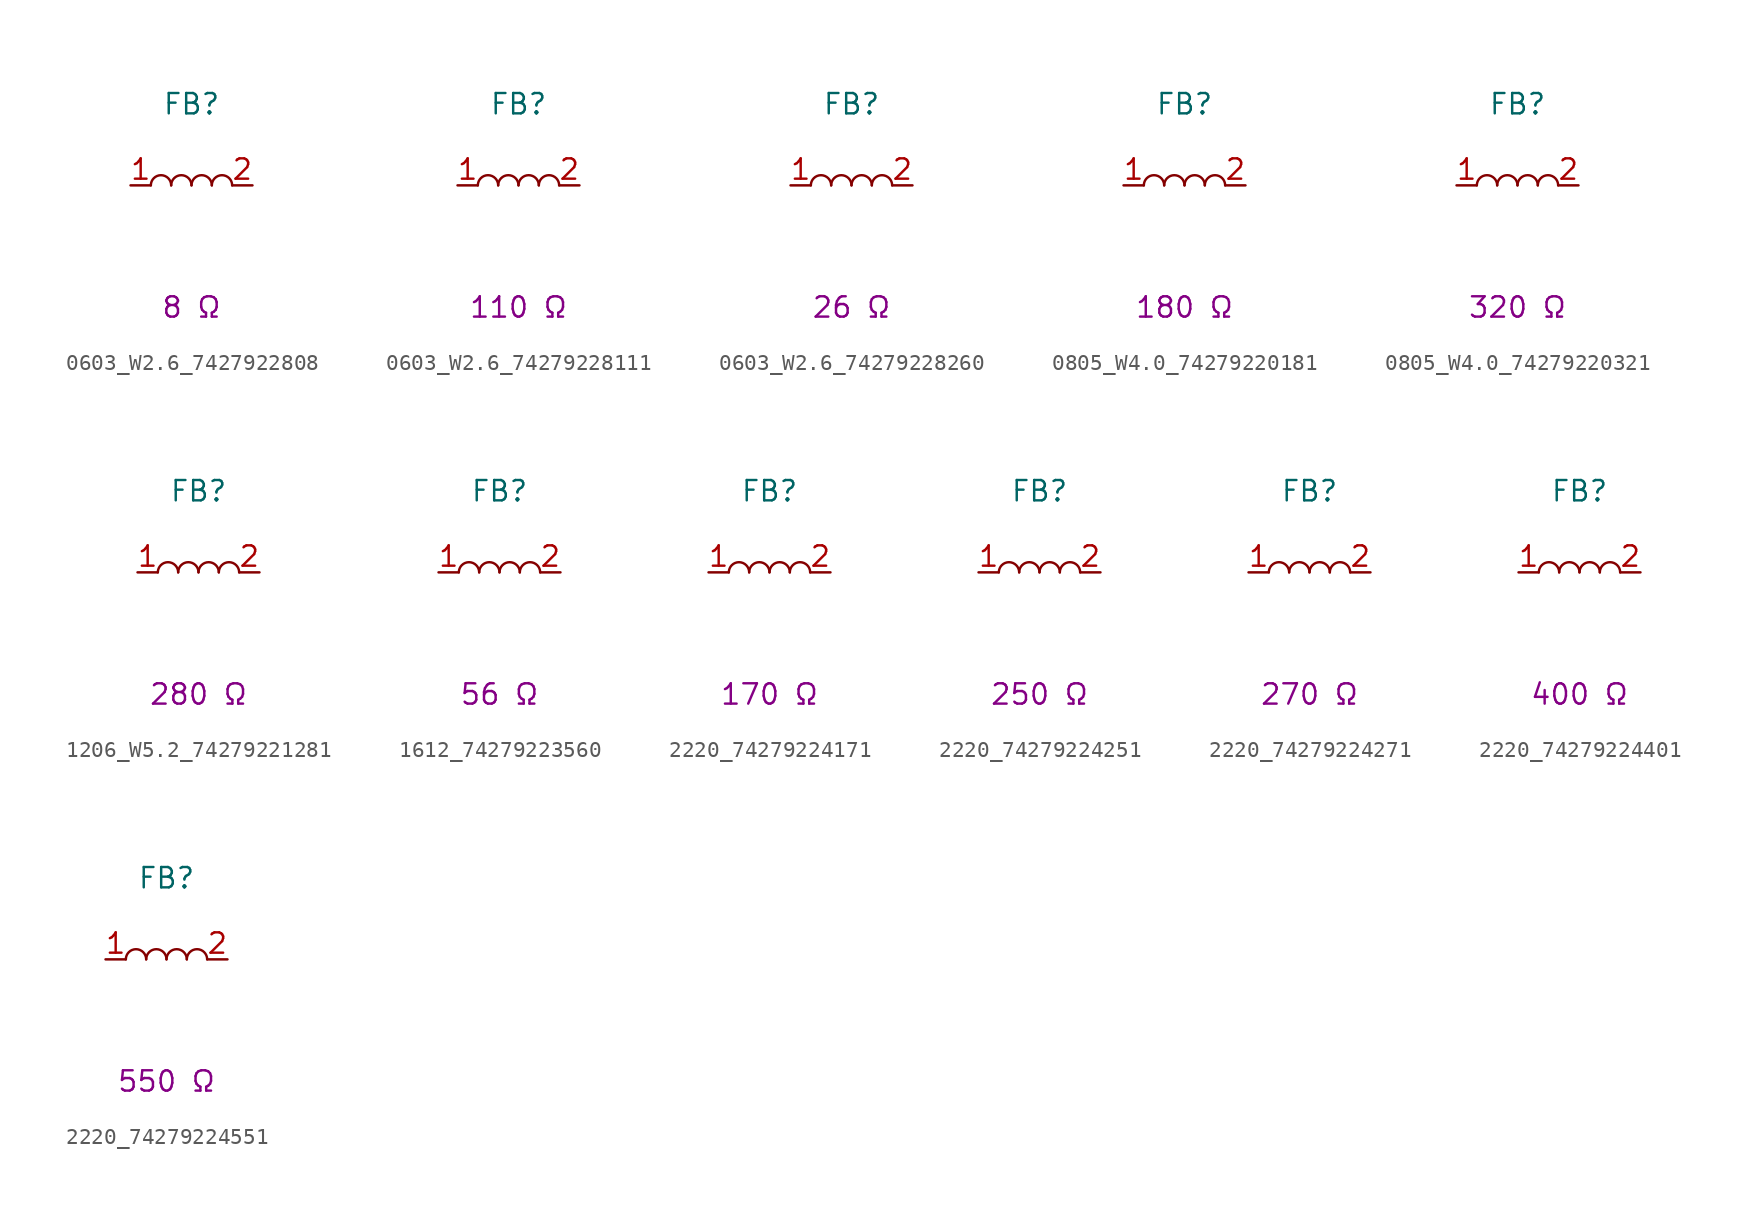
<source format=kicad_sym>
(kicad_symbol_lib
  (version 20220914)
  (generator kicad_symbol_editor)
  (symbol "0603_W2.6_7427922808"
    (pin_names hide)
    (property "Reference" "FB"
      (at 0 5.08 0)
      (effects (font (size 1.27 1.27))))
    (property "Critical Parameter" "8 Ω"
      (at 0 -7.62 0)
      (effects (font (size 1.27 1.27))))
    (symbol "0603_W2.6_7427922808_0_1"
      (arc (start -1.27 0) (mid -1.905 0.6323) (end -2.54 0) (stroke (width 0) (type default)) (fill (type none)))
      (arc (start 0 0) (mid -0.635 0.6323) (end -1.27 0) (stroke (width 0) (type default)) (fill (type none)))
      (arc (start 1.27 0) (mid 0.635 0.6323) (end 0 0) (stroke (width 0) (type default)) (fill (type none)))
      (arc (start 2.54 0) (mid 1.905 0.6323) (end 1.27 0) (stroke (width 0) (type default)) (fill (type none))))
    (symbol "0603_W2.6_7427922808_1_1"
      (pin passive line (at -3.81 0 0) (length 1.27) (name "1" (effects (font (size 1.27 1.27)))) (number "1" (effects (font (size 1.27 1.27)))))
      (pin passive line (at 3.81 0 180) (length 1.27) (name "2" (effects (font (size 1.27 1.27)))) (number "2" (effects (font (size 1.27 1.27)))))))
  (symbol "0603_W2.6_74279228111"
    (pin_names hide)
    (property "Reference" "FB"
      (at 0 5.08 0)
      (effects (font (size 1.27 1.27))))
    (property "Critical Parameter" "110 Ω"
      (at 0 -7.62 0)
      (effects (font (size 1.27 1.27))))
    (symbol "0603_W2.6_74279228111_0_1"
      (arc (start -1.27 0) (mid -1.905 0.6323) (end -2.54 0) (stroke (width 0) (type default)) (fill (type none)))
      (arc (start 0 0) (mid -0.635 0.6323) (end -1.27 0) (stroke (width 0) (type default)) (fill (type none)))
      (arc (start 1.27 0) (mid 0.635 0.6323) (end 0 0) (stroke (width 0) (type default)) (fill (type none)))
      (arc (start 2.54 0) (mid 1.905 0.6323) (end 1.27 0) (stroke (width 0) (type default)) (fill (type none))))
    (symbol "0603_W2.6_74279228111_1_1"
      (pin passive line (at -3.81 0 0) (length 1.27) (name "1" (effects (font (size 1.27 1.27)))) (number "1" (effects (font (size 1.27 1.27)))))
      (pin passive line (at 3.81 0 180) (length 1.27) (name "2" (effects (font (size 1.27 1.27)))) (number "2" (effects (font (size 1.27 1.27)))))))
  (symbol "0603_W2.6_74279228260"
    (pin_names hide)
    (property "Reference" "FB"
      (at 0 5.08 0)
      (effects (font (size 1.27 1.27))))
    (property "Critical Parameter" "26 Ω"
      (at 0 -7.62 0)
      (effects (font (size 1.27 1.27))))
    (symbol "0603_W2.6_74279228260_0_1"
      (arc (start -1.27 0) (mid -1.905 0.6323) (end -2.54 0) (stroke (width 0) (type default)) (fill (type none)))
      (arc (start 0 0) (mid -0.635 0.6323) (end -1.27 0) (stroke (width 0) (type default)) (fill (type none)))
      (arc (start 1.27 0) (mid 0.635 0.6323) (end 0 0) (stroke (width 0) (type default)) (fill (type none)))
      (arc (start 2.54 0) (mid 1.905 0.6323) (end 1.27 0) (stroke (width 0) (type default)) (fill (type none))))
    (symbol "0603_W2.6_74279228260_1_1"
      (pin passive line (at -3.81 0 0) (length 1.27) (name "1" (effects (font (size 1.27 1.27)))) (number "1" (effects (font (size 1.27 1.27)))))
      (pin passive line (at 3.81 0 180) (length 1.27) (name "2" (effects (font (size 1.27 1.27)))) (number "2" (effects (font (size 1.27 1.27)))))))
  (symbol "0805_W4.0_74279220181"
    (pin_names hide)
    (property "Reference" "FB"
      (at 0 5.08 0)
      (effects (font (size 1.27 1.27))))
    (property "Critical Parameter" "180 Ω"
      (at 0 -7.62 0)
      (effects (font (size 1.27 1.27))))
    (symbol "0805_W4.0_74279220181_0_1"
      (arc (start -1.27 0) (mid -1.905 0.6323) (end -2.54 0) (stroke (width 0) (type default)) (fill (type none)))
      (arc (start 0 0) (mid -0.635 0.6323) (end -1.27 0) (stroke (width 0) (type default)) (fill (type none)))
      (arc (start 1.27 0) (mid 0.635 0.6323) (end 0 0) (stroke (width 0) (type default)) (fill (type none)))
      (arc (start 2.54 0) (mid 1.905 0.6323) (end 1.27 0) (stroke (width 0) (type default)) (fill (type none))))
    (symbol "0805_W4.0_74279220181_1_1"
      (pin passive line (at -3.81 0 0) (length 1.27) (name "1" (effects (font (size 1.27 1.27)))) (number "1" (effects (font (size 1.27 1.27)))))
      (pin passive line (at 3.81 0 180) (length 1.27) (name "2" (effects (font (size 1.27 1.27)))) (number "2" (effects (font (size 1.27 1.27)))))))
  (symbol "0805_W4.0_74279220321"
    (pin_names hide)
    (property "Reference" "FB"
      (at 0 5.08 0)
      (effects (font (size 1.27 1.27))))
    (property "Critical Parameter" "320 Ω"
      (at 0 -7.62 0)
      (effects (font (size 1.27 1.27))))
    (symbol "0805_W4.0_74279220321_0_1"
      (arc (start -1.27 0) (mid -1.905 0.6323) (end -2.54 0) (stroke (width 0) (type default)) (fill (type none)))
      (arc (start 0 0) (mid -0.635 0.6323) (end -1.27 0) (stroke (width 0) (type default)) (fill (type none)))
      (arc (start 1.27 0) (mid 0.635 0.6323) (end 0 0) (stroke (width 0) (type default)) (fill (type none)))
      (arc (start 2.54 0) (mid 1.905 0.6323) (end 1.27 0) (stroke (width 0) (type default)) (fill (type none))))
    (symbol "0805_W4.0_74279220321_1_1"
      (pin passive line (at -3.81 0 0) (length 1.27) (name "1" (effects (font (size 1.27 1.27)))) (number "1" (effects (font (size 1.27 1.27)))))
      (pin passive line (at 3.81 0 180) (length 1.27) (name "2" (effects (font (size 1.27 1.27)))) (number "2" (effects (font (size 1.27 1.27)))))))
  (symbol "1206_W5.2_74279221281"
    (pin_names hide)
    (property "Reference" "FB"
      (at 0 5.08 0)
      (effects (font (size 1.27 1.27))))
    (property "Critical Parameter" "280 Ω"
      (at 0 -7.62 0)
      (effects (font (size 1.27 1.27))))
    (symbol "1206_W5.2_74279221281_0_1"
      (arc (start -1.27 0) (mid -1.905 0.6323) (end -2.54 0) (stroke (width 0) (type default)) (fill (type none)))
      (arc (start 0 0) (mid -0.635 0.6323) (end -1.27 0) (stroke (width 0) (type default)) (fill (type none)))
      (arc (start 1.27 0) (mid 0.635 0.6323) (end 0 0) (stroke (width 0) (type default)) (fill (type none)))
      (arc (start 2.54 0) (mid 1.905 0.6323) (end 1.27 0) (stroke (width 0) (type default)) (fill (type none))))
    (symbol "1206_W5.2_74279221281_1_1"
      (pin passive line (at -3.81 0 0) (length 1.27) (name "1" (effects (font (size 1.27 1.27)))) (number "1" (effects (font (size 1.27 1.27)))))
      (pin passive line (at 3.81 0 180) (length 1.27) (name "2" (effects (font (size 1.27 1.27)))) (number "2" (effects (font (size 1.27 1.27)))))))
  (symbol "1612_74279223560"
    (pin_names hide)
    (property "Reference" "FB"
      (at 0 5.08 0)
      (effects (font (size 1.27 1.27))))
    (property "Critical Parameter" "56 Ω"
      (at 0 -7.62 0)
      (effects (font (size 1.27 1.27))))
    (symbol "1612_74279223560_0_1"
      (arc (start -1.27 0) (mid -1.905 0.6323) (end -2.54 0) (stroke (width 0) (type default)) (fill (type none)))
      (arc (start 0 0) (mid -0.635 0.6323) (end -1.27 0) (stroke (width 0) (type default)) (fill (type none)))
      (arc (start 1.27 0) (mid 0.635 0.6323) (end 0 0) (stroke (width 0) (type default)) (fill (type none)))
      (arc (start 2.54 0) (mid 1.905 0.6323) (end 1.27 0) (stroke (width 0) (type default)) (fill (type none))))
    (symbol "1612_74279223560_1_1"
      (pin passive line (at -3.81 0 0) (length 1.27) (name "1" (effects (font (size 1.27 1.27)))) (number "1" (effects (font (size 1.27 1.27)))))
      (pin passive line (at 3.81 0 180) (length 1.27) (name "2" (effects (font (size 1.27 1.27)))) (number "2" (effects (font (size 1.27 1.27)))))))
  (symbol "2220_74279224171"
    (pin_names hide)
    (property "Reference" "FB"
      (at 0 5.08 0)
      (effects (font (size 1.27 1.27))))
    (property "Critical Parameter" "170 Ω"
      (at 0 -7.62 0)
      (effects (font (size 1.27 1.27))))
    (symbol "2220_74279224171_0_1"
      (arc (start -1.27 0) (mid -1.905 0.6323) (end -2.54 0) (stroke (width 0) (type default)) (fill (type none)))
      (arc (start 0 0) (mid -0.635 0.6323) (end -1.27 0) (stroke (width 0) (type default)) (fill (type none)))
      (arc (start 1.27 0) (mid 0.635 0.6323) (end 0 0) (stroke (width 0) (type default)) (fill (type none)))
      (arc (start 2.54 0) (mid 1.905 0.6323) (end 1.27 0) (stroke (width 0) (type default)) (fill (type none))))
    (symbol "2220_74279224171_1_1"
      (pin passive line (at -3.81 0 0) (length 1.27) (name "1" (effects (font (size 1.27 1.27)))) (number "1" (effects (font (size 1.27 1.27)))))
      (pin passive line (at 3.81 0 180) (length 1.27) (name "2" (effects (font (size 1.27 1.27)))) (number "2" (effects (font (size 1.27 1.27)))))))
  (symbol "2220_74279224251"
    (pin_names hide)
    (property "Reference" "FB"
      (at 0 5.08 0)
      (effects (font (size 1.27 1.27))))
    (property "Critical Parameter" "250 Ω"
      (at 0 -7.62 0)
      (effects (font (size 1.27 1.27))))
    (symbol "2220_74279224251_0_1"
      (arc (start -1.27 0) (mid -1.905 0.6323) (end -2.54 0) (stroke (width 0) (type default)) (fill (type none)))
      (arc (start 0 0) (mid -0.635 0.6323) (end -1.27 0) (stroke (width 0) (type default)) (fill (type none)))
      (arc (start 1.27 0) (mid 0.635 0.6323) (end 0 0) (stroke (width 0) (type default)) (fill (type none)))
      (arc (start 2.54 0) (mid 1.905 0.6323) (end 1.27 0) (stroke (width 0) (type default)) (fill (type none))))
    (symbol "2220_74279224251_1_1"
      (pin passive line (at -3.81 0 0) (length 1.27) (name "1" (effects (font (size 1.27 1.27)))) (number "1" (effects (font (size 1.27 1.27)))))
      (pin passive line (at 3.81 0 180) (length 1.27) (name "2" (effects (font (size 1.27 1.27)))) (number "2" (effects (font (size 1.27 1.27)))))))
  (symbol "2220_74279224271"
    (pin_names hide)
    (property "Reference" "FB"
      (at 0 5.08 0)
      (effects (font (size 1.27 1.27))))
    (property "Critical Parameter" "270 Ω"
      (at 0 -7.62 0)
      (effects (font (size 1.27 1.27))))
    (symbol "2220_74279224271_0_1"
      (arc (start -1.27 0) (mid -1.905 0.6323) (end -2.54 0) (stroke (width 0) (type default)) (fill (type none)))
      (arc (start 0 0) (mid -0.635 0.6323) (end -1.27 0) (stroke (width 0) (type default)) (fill (type none)))
      (arc (start 1.27 0) (mid 0.635 0.6323) (end 0 0) (stroke (width 0) (type default)) (fill (type none)))
      (arc (start 2.54 0) (mid 1.905 0.6323) (end 1.27 0) (stroke (width 0) (type default)) (fill (type none))))
    (symbol "2220_74279224271_1_1"
      (pin passive line (at -3.81 0 0) (length 1.27) (name "1" (effects (font (size 1.27 1.27)))) (number "1" (effects (font (size 1.27 1.27)))))
      (pin passive line (at 3.81 0 180) (length 1.27) (name "2" (effects (font (size 1.27 1.27)))) (number "2" (effects (font (size 1.27 1.27)))))))
  (symbol "2220_74279224401"
    (pin_names hide)
    (property "Reference" "FB"
      (at 0 5.08 0)
      (effects (font (size 1.27 1.27))))
    (property "Critical Parameter" "400 Ω"
      (at 0 -7.62 0)
      (effects (font (size 1.27 1.27))))
    (symbol "2220_74279224401_0_1"
      (arc (start -1.27 0) (mid -1.905 0.6323) (end -2.54 0) (stroke (width 0) (type default)) (fill (type none)))
      (arc (start 0 0) (mid -0.635 0.6323) (end -1.27 0) (stroke (width 0) (type default)) (fill (type none)))
      (arc (start 1.27 0) (mid 0.635 0.6323) (end 0 0) (stroke (width 0) (type default)) (fill (type none)))
      (arc (start 2.54 0) (mid 1.905 0.6323) (end 1.27 0) (stroke (width 0) (type default)) (fill (type none))))
    (symbol "2220_74279224401_1_1"
      (pin passive line (at -3.81 0 0) (length 1.27) (name "1" (effects (font (size 1.27 1.27)))) (number "1" (effects (font (size 1.27 1.27)))))
      (pin passive line (at 3.81 0 180) (length 1.27) (name "2" (effects (font (size 1.27 1.27)))) (number "2" (effects (font (size 1.27 1.27)))))))
  (symbol "2220_74279224551"
    (pin_names hide)
    (property "Reference" "FB"
      (at 0 5.08 0)
      (effects (font (size 1.27 1.27))))
    (property "Critical Parameter" "550 Ω"
      (at 0 -7.62 0)
      (effects (font (size 1.27 1.27))))
    (symbol "2220_74279224551_0_1"
      (arc (start -1.27 0) (mid -1.905 0.6323) (end -2.54 0) (stroke (width 0) (type default)) (fill (type none)))
      (arc (start 0 0) (mid -0.635 0.6323) (end -1.27 0) (stroke (width 0) (type default)) (fill (type none)))
      (arc (start 1.27 0) (mid 0.635 0.6323) (end 0 0) (stroke (width 0) (type default)) (fill (type none)))
      (arc (start 2.54 0) (mid 1.905 0.6323) (end 1.27 0) (stroke (width 0) (type default)) (fill (type none))))
    (symbol "2220_74279224551_1_1"
      (pin passive line (at -3.81 0 0) (length 1.27) (name "1" (effects (font (size 1.27 1.27)))) (number "1" (effects (font (size 1.27 1.27)))))
      (pin passive line (at 3.81 0 180) (length 1.27) (name "2" (effects (font (size 1.27 1.27)))) (number "2" (effects (font (size 1.27 1.27))))))))
</source>
